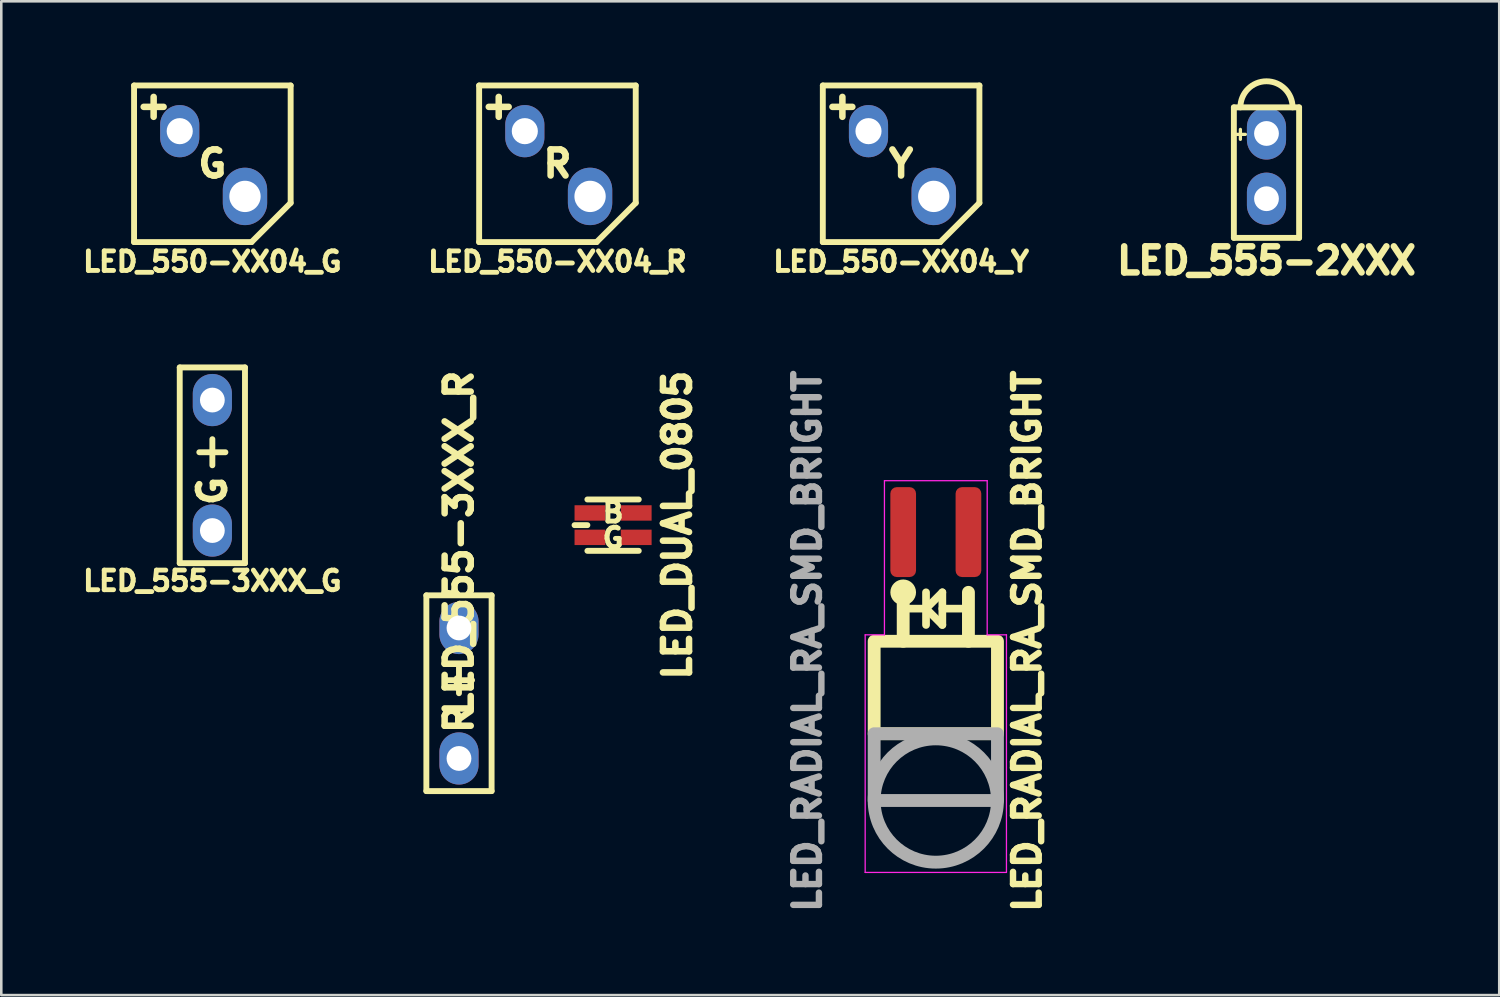
<source format=kicad_pcb>
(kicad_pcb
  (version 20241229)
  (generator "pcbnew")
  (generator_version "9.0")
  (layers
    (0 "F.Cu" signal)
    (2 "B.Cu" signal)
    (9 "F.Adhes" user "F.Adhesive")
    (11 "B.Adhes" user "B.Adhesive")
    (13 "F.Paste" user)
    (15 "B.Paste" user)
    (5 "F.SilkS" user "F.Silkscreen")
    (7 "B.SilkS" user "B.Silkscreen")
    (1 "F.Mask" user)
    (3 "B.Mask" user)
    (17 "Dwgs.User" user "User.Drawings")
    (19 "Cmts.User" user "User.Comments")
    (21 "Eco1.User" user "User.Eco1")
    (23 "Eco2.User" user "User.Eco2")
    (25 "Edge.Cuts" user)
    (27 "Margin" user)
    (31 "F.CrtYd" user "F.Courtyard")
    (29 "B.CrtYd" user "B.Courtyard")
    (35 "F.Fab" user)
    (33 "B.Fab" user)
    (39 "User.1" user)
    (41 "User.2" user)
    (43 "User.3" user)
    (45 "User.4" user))
  (footprint "LED_555-3XXX_G"
    (layer "F.Cu")
    (at 5.217 15.064)
    (property "Reference" "LED_555-3XXX_G" (at 0 4.5 0) (layer "F.SilkS") (effects (font (size 0.762 0.762) (thickness 0.191))))
    (property "Value" "${VALUE}" (at 0 4.826 0) (layer "F.SilkS") (hide yes) (effects (font (size 1.016 1.016) (thickness 0.254))))
    (attr through_hole)
    (fp_line (start -1.27 -3.81) (end 1.27 -3.81) (stroke (width 0.229) (type solid)) (layer "F.SilkS"))
    (fp_line (start -1.27 3.81) (end -1.27 -3.81) (stroke (width 0.229) (type solid)) (layer "F.SilkS"))
    (fp_line (start -0.508 -0.508) (end 0.508 -0.508) (stroke (width 0.229) (type solid)) (layer "F.SilkS"))
    (fp_line (start 0 0) (end 0 -1.016) (stroke (width 0.229) (type solid)) (layer "F.SilkS"))
    (fp_line (start 1.27 -3.81) (end 1.27 3.81) (stroke (width 0.229) (type solid)) (layer "F.SilkS"))
    (fp_line (start 1.27 3.81) (end -1.27 3.81) (stroke (width 0.229) (type solid)) (layer "F.SilkS"))
    (fp_text user "G" (at 0 1 90) (layer "F.SilkS") (effects (font (size 1.016 1.016) (thickness 0.254))))
    (pad "1" thru_hole oval (at 0 -2.54) (size 1.524 2.032) (drill 0.965) (layers "*.Cu" "*.Mask"))
    (pad "2" thru_hole oval (at 0 2.54) (size 1.524 2.032) (drill 0.965) (layers "*.Cu" "*.Mask")))
  (footprint "LED_550-XX04_Y"
    (layer "F.Cu")
    (at 32.03 3.326)
    (property "Reference" "LED_550-XX04_Y" (at 0 3.81 0) (layer "F.SilkS") (effects (font (size 0.762 0.762) (thickness 0.191))))
    (property "Value" "${VALUE}" (at 0 -3.81 0) (layer "F.SilkS") (hide yes) (effects (font (size 1.016 1.016) (thickness 0.254))))
    (attr through_hole)
    (fp_line (start -3.048 -3.048) (end 3.048 -3.048) (stroke (width 0.229) (type solid)) (layer "F.SilkS"))
    (fp_line (start -3.048 3.048) (end -3.048 -3.048) (stroke (width 0.229) (type solid)) (layer "F.SilkS"))
    (fp_line (start 1.524 3.048) (end -3.048 3.048) (stroke (width 0.229) (type solid)) (layer "F.SilkS"))
    (fp_line (start 1.524 3.048) (end 3.048 1.524) (stroke (width 0.229) (type solid)) (layer "F.SilkS"))
    (fp_line (start 3.048 -3.048) (end 3.048 1.524) (stroke (width 0.229) (type solid)) (layer "F.SilkS"))
    (fp_text user "+" (at -2.286 -2.286 0) (layer "F.SilkS") (effects (font (size 1.016 1.016) (thickness 0.254))))
    (fp_text user "Y" (at 0 0 180) (layer "F.SilkS") (effects (font (size 1.016 1.016) (thickness 0.254))))
    (pad "1" thru_hole oval (at -1.27 -1.27) (size 1.524 2.032) (drill 1.016) (layers "*.Cu" "*.Mask"))
    (pad "2" thru_hole oval (at 1.27 1.27) (size 1.727 2.235) (drill 1.219) (layers "*.Cu" "*.Mask")))
  (footprint "LED_550-XX04_G"
    (layer "F.Cu")
    (at 5.217 3.326)
    (property "Reference" "LED_550-XX04_G" (at 0 3.81 0) (layer "F.SilkS") (effects (font (size 0.762 0.762) (thickness 0.191))))
    (property "Value" "${VALUE}" (at 0 -3.81 0) (layer "F.SilkS") (hide yes) (effects (font (size 1.016 1.016) (thickness 0.254))))
    (attr through_hole)
    (fp_line (start -3.048 -3.048) (end 3.048 -3.048) (stroke (width 0.229) (type solid)) (layer "F.SilkS"))
    (fp_line (start -3.048 3.048) (end -3.048 -3.048) (stroke (width 0.229) (type solid)) (layer "F.SilkS"))
    (fp_line (start 1.524 3.048) (end -3.048 3.048) (stroke (width 0.229) (type solid)) (layer "F.SilkS"))
    (fp_line (start 1.524 3.048) (end 3.048 1.524) (stroke (width 0.229) (type solid)) (layer "F.SilkS"))
    (fp_line (start 3.048 -3.048) (end 3.048 1.524) (stroke (width 0.229) (type solid)) (layer "F.SilkS"))
    (fp_text user "+" (at -2.286 -2.286 0) (layer "F.SilkS") (effects (font (size 1.016 1.016) (thickness 0.254))))
    (fp_text user "G" (at 0 0 180) (layer "F.SilkS") (effects (font (size 1.016 1.016) (thickness 0.254))))
    (pad "1" thru_hole oval (at -1.27 -1.27) (size 1.524 2.032) (drill 1.016) (layers "*.Cu" "*.Mask"))
    (pad "2" thru_hole oval (at 1.27 1.27) (size 1.727 2.235) (drill 1.219) (layers "*.Cu" "*.Mask")))
  (footprint "LED_550-XX04_R"
    (layer "F.Cu")
    (at 18.651 3.326)
    (property "Reference" "LED_550-XX04_R" (at 0 3.81 0) (layer "F.SilkS") (effects (font (size 0.762 0.762) (thickness 0.191))))
    (property "Value" "${VALUE}" (at 0 -3.81 0) (layer "F.SilkS") (hide yes) (effects (font (size 1.016 1.016) (thickness 0.254))))
    (attr through_hole)
    (fp_line (start -3.048 -3.048) (end 3.048 -3.048) (stroke (width 0.229) (type solid)) (layer "F.SilkS"))
    (fp_line (start -3.048 3.048) (end -3.048 -3.048) (stroke (width 0.229) (type solid)) (layer "F.SilkS"))
    (fp_line (start 1.524 3.048) (end -3.048 3.048) (stroke (width 0.229) (type solid)) (layer "F.SilkS"))
    (fp_line (start 1.524 3.048) (end 3.048 1.524) (stroke (width 0.229) (type solid)) (layer "F.SilkS"))
    (fp_line (start 3.048 -3.048) (end 3.048 1.524) (stroke (width 0.229) (type solid)) (layer "F.SilkS"))
    (fp_text user "R" (at 0 0 180) (layer "F.SilkS") (effects (font (size 1.016 1.016) (thickness 0.254))))
    (fp_text user "+" (at -2.286 -2.286 0) (layer "F.SilkS") (effects (font (size 1.016 1.016) (thickness 0.254))))
    (pad "1" thru_hole oval (at -1.27 -1.27) (size 1.524 2.032) (drill 1.016) (layers "*.Cu" "*.Mask"))
    (pad "2" thru_hole oval (at 1.27 1.27) (size 1.727 2.235) (drill 1.219) (layers "*.Cu" "*.Mask")))
  (footprint "LED_DUAL_0805"
    (layer "F.Cu")
    (at 20.817 17.394)
    (property "Reference" "LED_DUAL_0805" (at 2.5 0 90) (layer "F.SilkS") (effects (font (size 1.016 1.016) (thickness 0.254))))
    (attr through_hole)
    (fp_line (start -1.5 0) (end -1 0) (stroke (width 0.229) (type solid)) (layer "F.SilkS"))
    (fp_line (start -1 -1) (end 1 -1) (stroke (width 0.229) (type solid)) (layer "F.SilkS"))
    (fp_line (start -1 1) (end 1 1) (stroke (width 0.229) (type solid)) (layer "F.SilkS"))
    (fp_text user "G" (at 0 0.5 0) (layer "F.SilkS") (effects (font (size 0.762 0.762) (thickness 0.191))))
    (fp_text user "B" (at 0 -0.5 0) (layer "F.SilkS") (effects (font (size 0.762 0.762) (thickness 0.191))))
    (pad "1" smd rect (at 0.9 -0.475) (size 1.2 0.6) (layers "F.Cu" "F.Mask" "F.Paste"))
    (pad "2" smd rect (at -0.9 -0.475) (size 1.2 0.6) (layers "F.Cu" "F.Mask" "F.Paste"))
    (pad "3" smd rect (at -0.9 0.475) (size 1.2 0.6) (layers "F.Cu" "F.Mask" "F.Paste"))
    (pad "4" smd rect (at 0.9 0.475) (size 1.2 0.6) (layers "F.Cu" "F.Mask" "F.Paste")))
  (footprint "LED_RADIAL_RA_SMD_BRIGHT"
    (layer "F.Cu")
    (at 33.381 21.914)
    (property "Reference" "LED_RADIAL_RA_SMD_BRIGHT" (at 3.556 0 90) (unlocked yes) (layer "F.SilkS") (effects (font (size 1 1) (thickness 0.25) (bold yes))))
    (attr smd)
    (fp_line (start -1.27 0) (end -1.27 -1.905) (stroke (width 0.5) (type default)) (layer "F.SilkS"))
    (fp_line (start -0.381 -1.27) (end -1.27 -1.27) (stroke (width 0.3) (type default)) (layer "F.SilkS"))
    (fp_line (start -0.381 -1.27) (end 0.254 -0.635) (stroke (width 0.3) (type default)) (layer "F.SilkS"))
    (fp_line (start -0.381 -0.635) (end -0.381 -1.905) (stroke (width 0.3) (type default)) (layer "F.SilkS"))
    (fp_line (start 0.254 -1.905) (end -0.381 -1.27) (stroke (width 0.3) (type default)) (layer "F.SilkS"))
    (fp_line (start 0.254 -1.27) (end 1.27 -1.27) (stroke (width 0.3) (type default)) (layer "F.SilkS"))
    (fp_line (start 0.254 -0.635) (end 0.254 -1.905) (stroke (width 0.3) (type default)) (layer "F.SilkS"))
    (fp_line (start 1.27 0) (end 1.27 -1.905) (stroke (width 0.5) (type default)) (layer "F.SilkS"))
    (fp_rect (start -2.4 3.6) (end 2.4 0) (stroke (width 0.5) (type default)) (fill no) (layer "F.SilkS"))
    (fp_circle (center -1.27 -1.905) (end -1.27 -2.255) (stroke (width 0.3) (type default)) (fill no) (layer "F.SilkS"))
    (fp_line (start -2.75 -0.25) (end -2.75 9) (stroke (width 0.05) (type default)) (layer "F.CrtYd"))
    (fp_line (start -2.75 9) (end 2.75 9) (stroke (width 0.05) (type default)) (layer "F.CrtYd"))
    (fp_line (start -2 -6.25) (end -2 -0.25) (stroke (width 0.05) (type default)) (layer "F.CrtYd"))
    (fp_line (start -2 -0.25) (end -2.75 -0.25) (stroke (width 0.05) (type default)) (layer "F.CrtYd"))
    (fp_line (start 2 -6.25) (end -2 -6.25) (stroke (width 0.05) (type default)) (layer "F.CrtYd"))
    (fp_line (start 2 -0.25) (end 2 -6.25) (stroke (width 0.05) (type default)) (layer "F.CrtYd"))
    (fp_line (start 2.75 -0.25) (end 2 -0.25) (stroke (width 0.05) (type default)) (layer "F.CrtYd"))
    (fp_line (start 2.75 9) (end 2.75 -0.25) (stroke (width 0.05) (type default)) (layer "F.CrtYd"))
    (fp_rect (start -2.4 6.2) (end 2.4 3.6) (stroke (width 0.5) (type default)) (fill no) (layer "F.Fab"))
    (fp_circle (center 0 6.2) (end 0 3.8) (stroke (width 0.5) (type default)) (fill no) (layer "F.Fab"))
    (fp_text user "${REFERENCE}" (at -5 0 90) (unlocked yes) (layer "F.Fab") (effects (font (size 1 1) (thickness 0.25) (bold yes))))
    (pad "1" smd roundrect (at -1.27 -4.25 90) (size 3.5 1) (layers "F.Cu" "F.Mask" "F.Paste") (roundrect_rratio 0.25))
    (pad "2" smd roundrect (at 1.27 -4.25 90) (size 3.5 1) (layers "F.Cu" "F.Mask" "F.Paste") (roundrect_rratio 0.25)))
  (footprint "LED_555-3XXX_R"
    (layer "F.Cu")
    (at 14.818 23.937)
    (property "Reference" "LED_555-3XXX_R" (at 0 -5.842 90) (layer "F.SilkS") (effects (font (size 1.016 1.016) (thickness 0.254))))
    (property "Value" "${VALUE}" (at 0 4.826 0) (layer "F.SilkS") (hide yes) (effects (font (size 1.016 1.016) (thickness 0.254))))
    (attr through_hole)
    (fp_line (start -1.27 -3.81) (end 1.27 -3.81) (stroke (width 0.229) (type solid)) (layer "F.SilkS"))
    (fp_line (start -1.27 3.81) (end -1.27 -3.81) (stroke (width 0.229) (type solid)) (layer "F.SilkS"))
    (fp_line (start -0.508 -0.508) (end 0.508 -0.508) (stroke (width 0.229) (type solid)) (layer "F.SilkS"))
    (fp_line (start 0 0) (end 0 -1.016) (stroke (width 0.229) (type solid)) (layer "F.SilkS"))
    (fp_line (start 1.27 -3.81) (end 1.27 3.81) (stroke (width 0.229) (type solid)) (layer "F.SilkS"))
    (fp_line (start 1.27 3.81) (end -1.27 3.81) (stroke (width 0.229) (type solid)) (layer "F.SilkS"))
    (fp_text user "R" (at 0 1 90) (layer "F.SilkS") (effects (font (size 1.016 1.016) (thickness 0.254))))
    (pad "1" thru_hole oval (at 0 -2.54) (size 1.524 2.032) (drill 0.965) (layers "*.Cu" "*.Mask"))
    (pad "2" thru_hole oval (at 0 2.54) (size 1.524 2.032) (drill 0.965) (layers "*.Cu" "*.Mask")))
  (footprint "LED_555-2XXX"
    (layer "F.Cu")
    (at 46.254 3.67)
    (property "Reference" "LED_555-2XXX" (at 0 3.429 0) (layer "F.SilkS") (effects (font (size 1.016 1.016) (thickness 0.254))))
    (property "Value" "${VALUE}" (at 0 3.429 180) (layer "F.Fab") (hide yes) (effects (font (size 1.016 1.016) (thickness 0.254))))
    (attr through_hole)
    (fp_line (start -1.27 -2.54) (end 1.27 -2.54) (stroke (width 0.229) (type solid)) (layer "F.SilkS"))
    (fp_line (start -1.27 2.54) (end -1.27 -2.54) (stroke (width 0.229) (type solid)) (layer "F.SilkS"))
    (fp_line (start 1.27 -2.54) (end 1.27 2.54) (stroke (width 0.229) (type solid)) (layer "F.SilkS"))
    (fp_line (start 1.27 2.54) (end -1.27 2.54) (stroke (width 0.229) (type solid)) (layer "F.SilkS"))
    (fp_arc (start -1.016 -2.54) (mid 0 -3.556) (end 1.016 -2.54) (stroke (width 0.2286) (type solid)) (layer "F.SilkS"))
    (fp_text user "+" (at -1.016 -1.524 0) (layer "F.SilkS") (effects (font (size 0.508 0.508) (thickness 0.127))))
    (pad "1" thru_hole oval (at 0 -1.524) (size 1.524 2.032) (drill 0.965) (layers "*.Cu" "*.Mask"))
    (pad "2" thru_hole oval (at 0 1.016) (size 1.524 2.032) (drill 0.965) (layers "*.Cu" "*.Mask")))
  (gr_rect
    (start -3 -3)
    (end 55.315 35.689)
    (stroke (width 0.1) (type default))
    (fill no)
    (layer "Edge.Cuts")))
</source>
